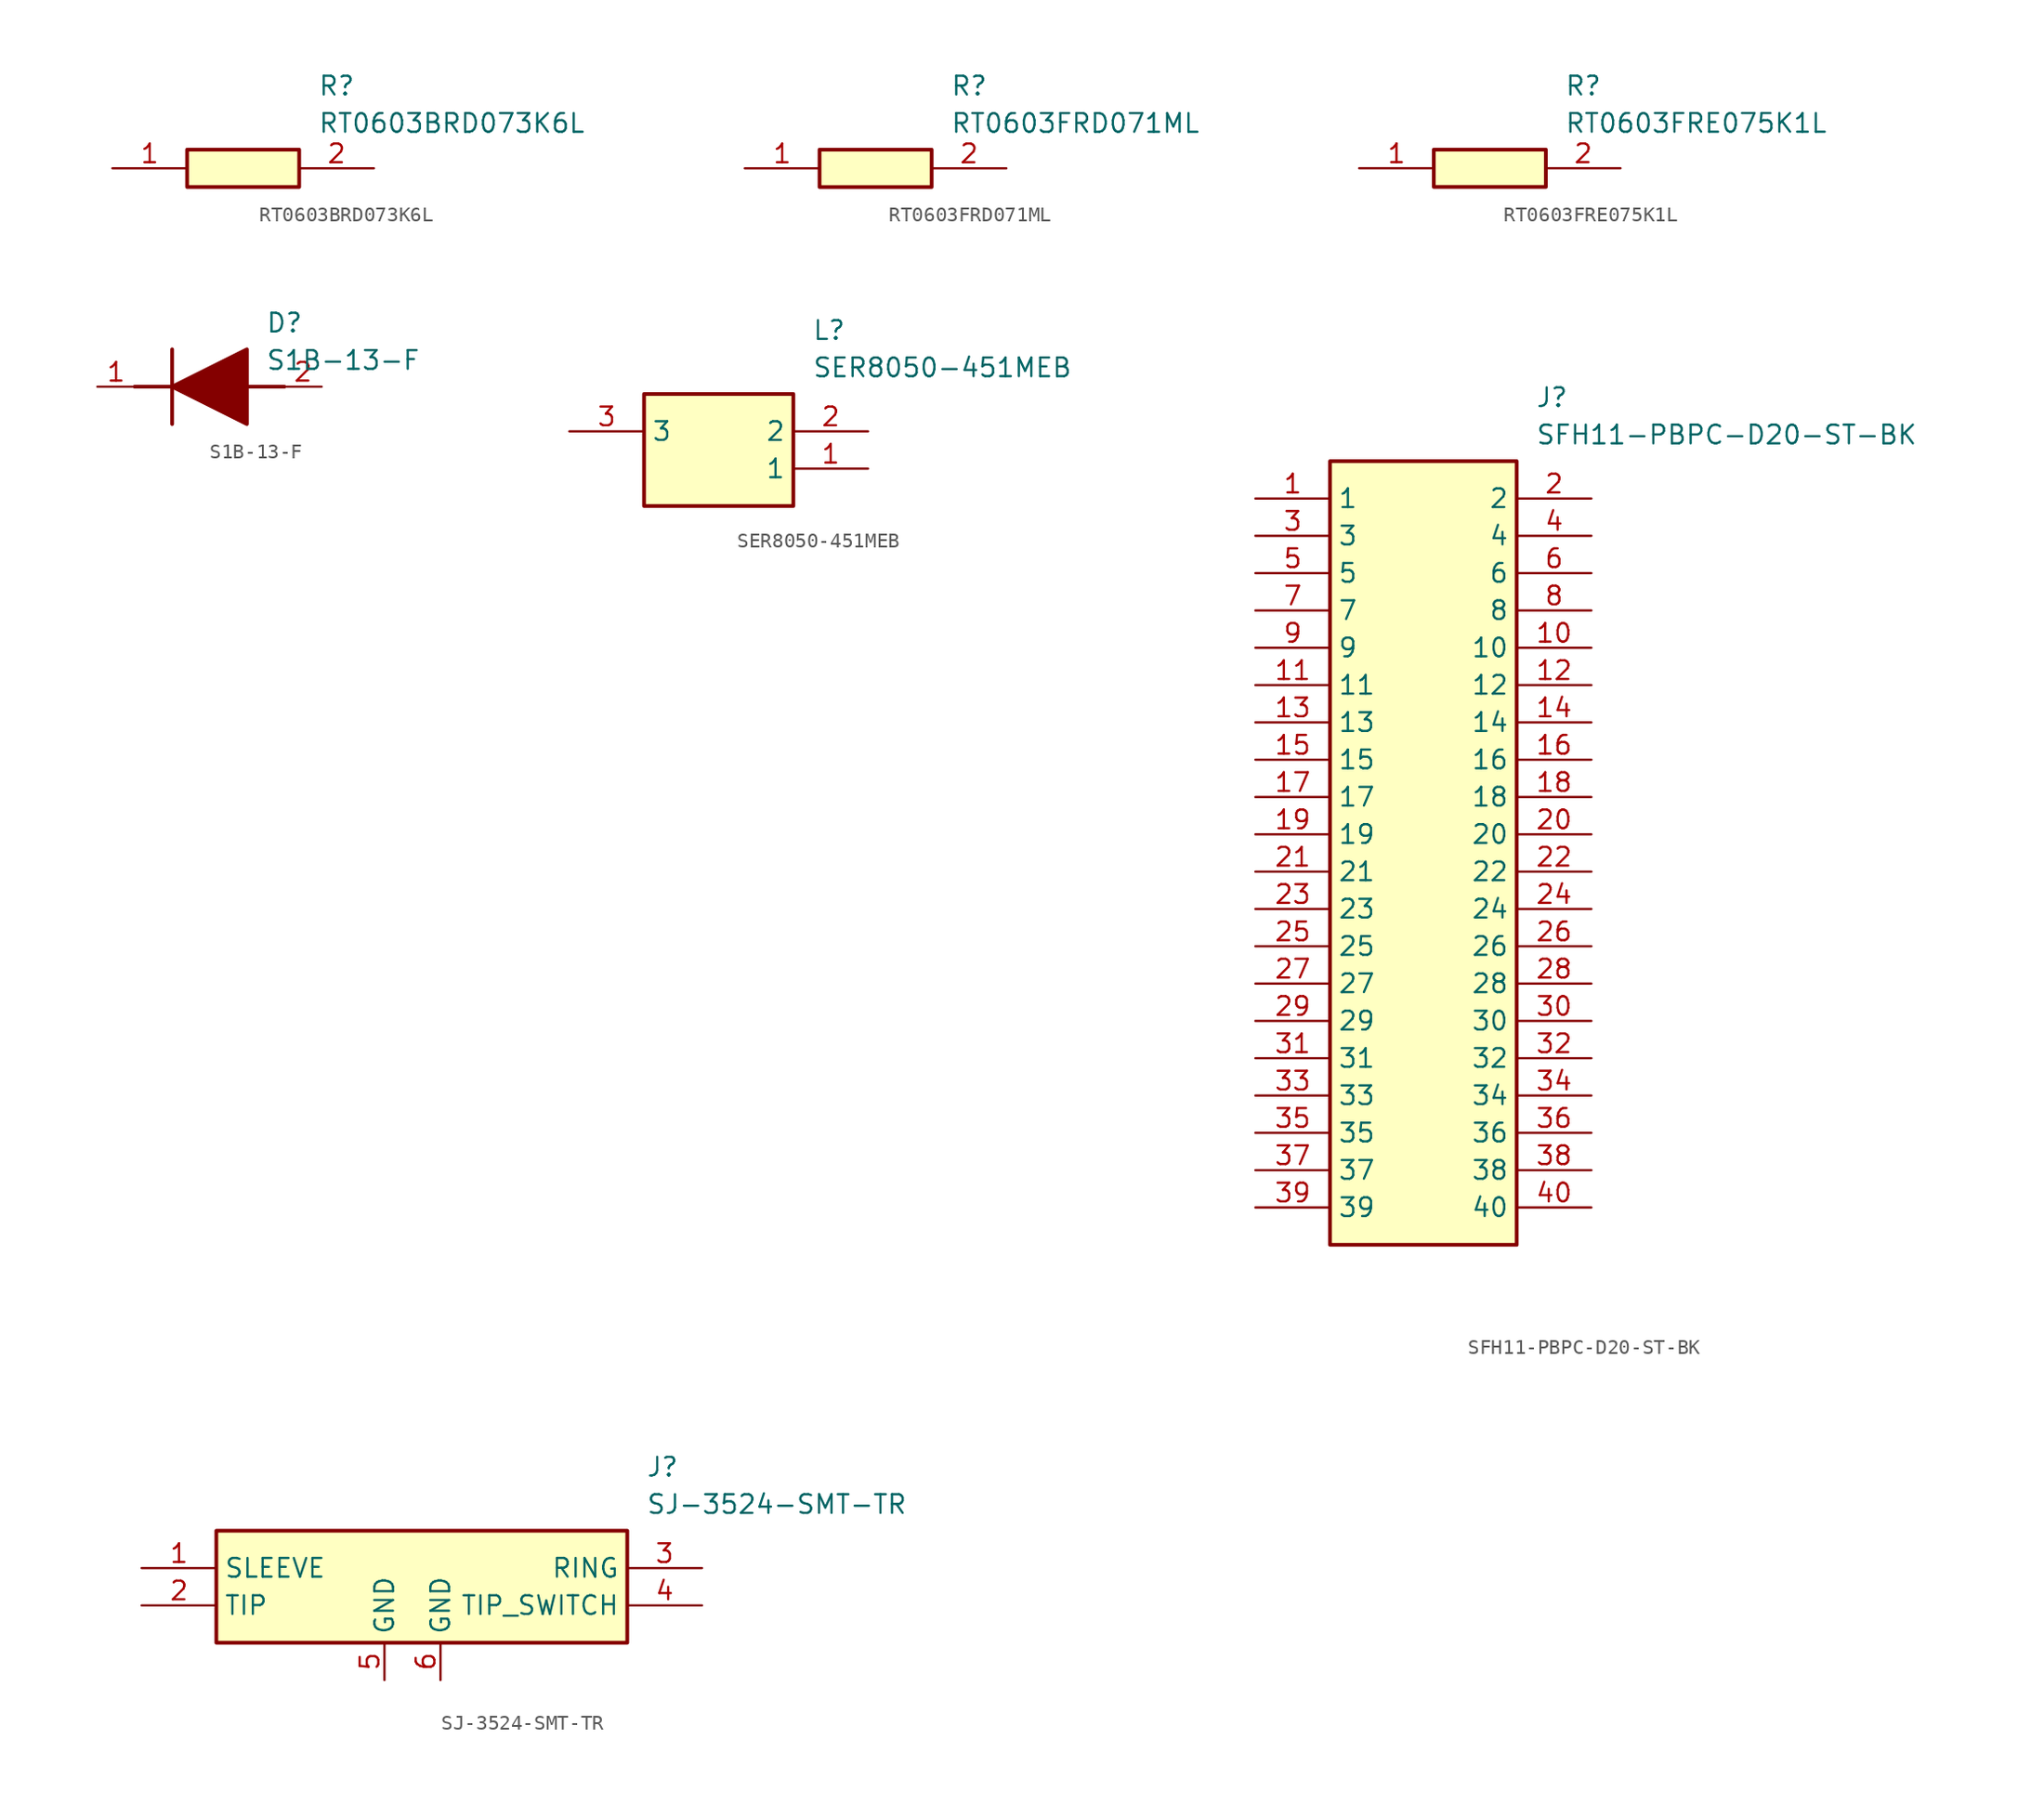
<source format=kicad_sym>
(kicad_symbol_lib
  (version 20231120)
  (generator "kicad_symbol_editor")
  (generator_version "8.0")
  (symbol "RT0603BRD073K6L"
    (pin_names hide)
    (property "Reference" "R"
      (at 13.97 6.35 0)
      (effects (font (size 1.27 1.27)) (justify left top)))
    (property "Value" "RT0603BRD073K6L"
      (at 13.97 3.81 0)
      (effects (font (size 1.27 1.27)) (justify left top)))
    (symbol "RT0603BRD073K6L_1_1"
      (rectangle (start 5.08 1.27) (end 12.7 -1.27) (stroke (width 0.254) (type default)) (fill (type background)))
      (pin passive line (at 0 0 0) (length 5.08) (name "1" (effects (font (size 1.27 1.27)))) (number "1" (effects (font (size 1.27 1.27)))))
      (pin passive line (at 17.78 0 180) (length 5.08) (name "2" (effects (font (size 1.27 1.27)))) (number "2" (effects (font (size 1.27 1.27)))))))
  (symbol "RT0603FRD071ML"
    (pin_names hide)
    (property "Reference" "R"
      (at 13.97 6.35 0)
      (effects (font (size 1.27 1.27)) (justify left top)))
    (property "Value" "RT0603FRD071ML"
      (at 13.97 3.81 0)
      (effects (font (size 1.27 1.27)) (justify left top)))
    (symbol "RT0603FRD071ML_1_1"
      (rectangle (start 5.08 1.27) (end 12.7 -1.27) (stroke (width 0.254) (type default)) (fill (type background)))
      (pin passive line (at 0 0 0) (length 5.08) (name "1" (effects (font (size 1.27 1.27)))) (number "1" (effects (font (size 1.27 1.27)))))
      (pin passive line (at 17.78 0 180) (length 5.08) (name "2" (effects (font (size 1.27 1.27)))) (number "2" (effects (font (size 1.27 1.27)))))))
  (symbol "RT0603FRE075K1L"
    (pin_names hide)
    (property "Reference" "R"
      (at 13.97 6.35 0)
      (effects (font (size 1.27 1.27)) (justify left top)))
    (property "Value" "RT0603FRE075K1L"
      (at 13.97 3.81 0)
      (effects (font (size 1.27 1.27)) (justify left top)))
    (symbol "RT0603FRE075K1L_1_1"
      (rectangle (start 5.08 1.27) (end 12.7 -1.27) (stroke (width 0.254) (type default)) (fill (type background)))
      (pin passive line (at 0 0 0) (length 5.08) (name "1" (effects (font (size 1.27 1.27)))) (number "1" (effects (font (size 1.27 1.27)))))
      (pin passive line (at 17.78 0 180) (length 5.08) (name "2" (effects (font (size 1.27 1.27)))) (number "2" (effects (font (size 1.27 1.27)))))))
  (symbol "S1B-13-F"
    (pin_names hide)
    (property "Reference" "D"
      (at 11.43 5.08 0)
      (effects (font (size 1.27 1.27)) (justify left top)))
    (property "Value" "S1B-13-F"
      (at 11.43 2.54 0)
      (effects (font (size 1.27 1.27)) (justify left top)))
    (symbol "S1B-13-F_1_1"
      (polyline (pts (xy 2.54 0) (xy 5.08 0)) (stroke (width 0.254) (type default)) (fill (type none)))
      (polyline (pts (xy 5.08 2.54) (xy 5.08 -2.54)) (stroke (width 0.254) (type default)) (fill (type none)))
      (polyline (pts (xy 10.16 0) (xy 12.7 0)) (stroke (width 0.254) (type default)) (fill (type none)))
      (polyline (pts (xy 5.08 0) (xy 10.16 2.54) (xy 10.16 -2.54) (xy 5.08 0)) (stroke (width 0.254) (type default)) (fill (type outline)))
      (pin passive line (at 0 0 0) (length 2.54) (name "K" (effects (font (size 1.27 1.27)))) (number "1" (effects (font (size 1.27 1.27)))))
      (pin passive line (at 15.24 0 180) (length 2.54) (name "A" (effects (font (size 1.27 1.27)))) (number "2" (effects (font (size 1.27 1.27)))))))
  (symbol "SER8050-451MEB"
    (property "Reference" "L"
      (at 16.51 7.62 0)
      (effects (font (size 1.27 1.27)) (justify left top)))
    (property "Value" "SER8050-451MEB"
      (at 16.51 5.08 0)
      (effects (font (size 1.27 1.27)) (justify left top)))
    (symbol "SER8050-451MEB_1_1"
      (rectangle (start 5.08 2.54) (end 15.24 -5.08) (stroke (width 0.254) (type default)) (fill (type background)))
      (pin passive line (at 20.32 -2.54 180) (length 5.08) (name "1" (effects (font (size 1.27 1.27)))) (number "1" (effects (font (size 1.27 1.27)))))
      (pin passive line (at 20.32 0 180) (length 5.08) (name "2" (effects (font (size 1.27 1.27)))) (number "2" (effects (font (size 1.27 1.27)))))
      (pin passive line (at 0 0 0) (length 5.08) (name "3" (effects (font (size 1.27 1.27)))) (number "3" (effects (font (size 1.27 1.27)))))))
  (symbol "SFH11-PBPC-D20-ST-BK"
    (property "Reference" "J"
      (at 19.05 7.62 0)
      (effects (font (size 1.27 1.27)) (justify left top)))
    (property "Value" "SFH11-PBPC-D20-ST-BK"
      (at 19.05 5.08 0)
      (effects (font (size 1.27 1.27)) (justify left top)))
    (symbol "SFH11-PBPC-D20-ST-BK_1_1"
      (rectangle (start 5.08 2.54) (end 17.78 -50.8) (stroke (width 0.254) (type default)) (fill (type background)))
      (pin passive line (at 0 0 0) (length 5.08) (name "1" (effects (font (size 1.27 1.27)))) (number "1" (effects (font (size 1.27 1.27)))))
      (pin passive line (at 22.86 -10.16 180) (length 5.08) (name "10" (effects (font (size 1.27 1.27)))) (number "10" (effects (font (size 1.27 1.27)))))
      (pin passive line (at 0 -12.7 0) (length 5.08) (name "11" (effects (font (size 1.27 1.27)))) (number "11" (effects (font (size 1.27 1.27)))))
      (pin passive line (at 22.86 -12.7 180) (length 5.08) (name "12" (effects (font (size 1.27 1.27)))) (number "12" (effects (font (size 1.27 1.27)))))
      (pin passive line (at 0 -15.24 0) (length 5.08) (name "13" (effects (font (size 1.27 1.27)))) (number "13" (effects (font (size 1.27 1.27)))))
      (pin passive line (at 22.86 -15.24 180) (length 5.08) (name "14" (effects (font (size 1.27 1.27)))) (number "14" (effects (font (size 1.27 1.27)))))
      (pin passive line (at 0 -17.78 0) (length 5.08) (name "15" (effects (font (size 1.27 1.27)))) (number "15" (effects (font (size 1.27 1.27)))))
      (pin passive line (at 22.86 -17.78 180) (length 5.08) (name "16" (effects (font (size 1.27 1.27)))) (number "16" (effects (font (size 1.27 1.27)))))
      (pin passive line (at 0 -20.32 0) (length 5.08) (name "17" (effects (font (size 1.27 1.27)))) (number "17" (effects (font (size 1.27 1.27)))))
      (pin passive line (at 22.86 -20.32 180) (length 5.08) (name "18" (effects (font (size 1.27 1.27)))) (number "18" (effects (font (size 1.27 1.27)))))
      (pin passive line (at 0 -22.86 0) (length 5.08) (name "19" (effects (font (size 1.27 1.27)))) (number "19" (effects (font (size 1.27 1.27)))))
      (pin passive line (at 22.86 0 180) (length 5.08) (name "2" (effects (font (size 1.27 1.27)))) (number "2" (effects (font (size 1.27 1.27)))))
      (pin passive line (at 22.86 -22.86 180) (length 5.08) (name "20" (effects (font (size 1.27 1.27)))) (number "20" (effects (font (size 1.27 1.27)))))
      (pin passive line (at 0 -25.4 0) (length 5.08) (name "21" (effects (font (size 1.27 1.27)))) (number "21" (effects (font (size 1.27 1.27)))))
      (pin passive line (at 22.86 -25.4 180) (length 5.08) (name "22" (effects (font (size 1.27 1.27)))) (number "22" (effects (font (size 1.27 1.27)))))
      (pin passive line (at 0 -27.94 0) (length 5.08) (name "23" (effects (font (size 1.27 1.27)))) (number "23" (effects (font (size 1.27 1.27)))))
      (pin passive line (at 22.86 -27.94 180) (length 5.08) (name "24" (effects (font (size 1.27 1.27)))) (number "24" (effects (font (size 1.27 1.27)))))
      (pin passive line (at 0 -30.48 0) (length 5.08) (name "25" (effects (font (size 1.27 1.27)))) (number "25" (effects (font (size 1.27 1.27)))))
      (pin passive line (at 22.86 -30.48 180) (length 5.08) (name "26" (effects (font (size 1.27 1.27)))) (number "26" (effects (font (size 1.27 1.27)))))
      (pin passive line (at 0 -33.02 0) (length 5.08) (name "27" (effects (font (size 1.27 1.27)))) (number "27" (effects (font (size 1.27 1.27)))))
      (pin passive line (at 22.86 -33.02 180) (length 5.08) (name "28" (effects (font (size 1.27 1.27)))) (number "28" (effects (font (size 1.27 1.27)))))
      (pin passive line (at 0 -35.56 0) (length 5.08) (name "29" (effects (font (size 1.27 1.27)))) (number "29" (effects (font (size 1.27 1.27)))))
      (pin passive line (at 0 -2.54 0) (length 5.08) (name "3" (effects (font (size 1.27 1.27)))) (number "3" (effects (font (size 1.27 1.27)))))
      (pin passive line (at 22.86 -35.56 180) (length 5.08) (name "30" (effects (font (size 1.27 1.27)))) (number "30" (effects (font (size 1.27 1.27)))))
      (pin passive line (at 0 -38.1 0) (length 5.08) (name "31" (effects (font (size 1.27 1.27)))) (number "31" (effects (font (size 1.27 1.27)))))
      (pin passive line (at 22.86 -38.1 180) (length 5.08) (name "32" (effects (font (size 1.27 1.27)))) (number "32" (effects (font (size 1.27 1.27)))))
      (pin passive line (at 0 -40.64 0) (length 5.08) (name "33" (effects (font (size 1.27 1.27)))) (number "33" (effects (font (size 1.27 1.27)))))
      (pin passive line (at 22.86 -40.64 180) (length 5.08) (name "34" (effects (font (size 1.27 1.27)))) (number "34" (effects (font (size 1.27 1.27)))))
      (pin passive line (at 0 -43.18 0) (length 5.08) (name "35" (effects (font (size 1.27 1.27)))) (number "35" (effects (font (size 1.27 1.27)))))
      (pin passive line (at 22.86 -43.18 180) (length 5.08) (name "36" (effects (font (size 1.27 1.27)))) (number "36" (effects (font (size 1.27 1.27)))))
      (pin passive line (at 0 -45.72 0) (length 5.08) (name "37" (effects (font (size 1.27 1.27)))) (number "37" (effects (font (size 1.27 1.27)))))
      (pin passive line (at 22.86 -45.72 180) (length 5.08) (name "38" (effects (font (size 1.27 1.27)))) (number "38" (effects (font (size 1.27 1.27)))))
      (pin passive line (at 0 -48.26 0) (length 5.08) (name "39" (effects (font (size 1.27 1.27)))) (number "39" (effects (font (size 1.27 1.27)))))
      (pin passive line (at 22.86 -2.54 180) (length 5.08) (name "4" (effects (font (size 1.27 1.27)))) (number "4" (effects (font (size 1.27 1.27)))))
      (pin passive line (at 22.86 -48.26 180) (length 5.08) (name "40" (effects (font (size 1.27 1.27)))) (number "40" (effects (font (size 1.27 1.27)))))
      (pin passive line (at 0 -5.08 0) (length 5.08) (name "5" (effects (font (size 1.27 1.27)))) (number "5" (effects (font (size 1.27 1.27)))))
      (pin passive line (at 22.86 -5.08 180) (length 5.08) (name "6" (effects (font (size 1.27 1.27)))) (number "6" (effects (font (size 1.27 1.27)))))
      (pin passive line (at 0 -7.62 0) (length 5.08) (name "7" (effects (font (size 1.27 1.27)))) (number "7" (effects (font (size 1.27 1.27)))))
      (pin passive line (at 22.86 -7.62 180) (length 5.08) (name "8" (effects (font (size 1.27 1.27)))) (number "8" (effects (font (size 1.27 1.27)))))
      (pin passive line (at 0 -10.16 0) (length 5.08) (name "9" (effects (font (size 1.27 1.27)))) (number "9" (effects (font (size 1.27 1.27)))))))
  (symbol "SJ-3524-SMT-TR"
    (property "Reference" "J"
      (at 34.29 7.62 0)
      (effects (font (size 1.27 1.27)) (justify left top)))
    (property "Value" "SJ-3524-SMT-TR"
      (at 34.29 5.08 0)
      (effects (font (size 1.27 1.27)) (justify left top)))
    (symbol "SJ-3524-SMT-TR_1_1"
      (rectangle (start 5.08 2.54) (end 33.02 -5.08) (stroke (width 0.254) (type default)) (fill (type background)))
      (pin passive line (at 0 0 0) (length 5.08) (name "SLEEVE" (effects (font (size 1.27 1.27)))) (number "1" (effects (font (size 1.27 1.27)))))
      (pin passive line (at 0 -2.54 0) (length 5.08) (name "TIP" (effects (font (size 1.27 1.27)))) (number "2" (effects (font (size 1.27 1.27)))))
      (pin passive line (at 38.1 0 180) (length 5.08) (name "RING" (effects (font (size 1.27 1.27)))) (number "3" (effects (font (size 1.27 1.27)))))
      (pin passive line (at 38.1 -2.54 180) (length 5.08) (name "TIP_SWITCH" (effects (font (size 1.27 1.27)))) (number "4" (effects (font (size 1.27 1.27)))))
      (pin input line (at 16.51 -7.62 90) (length 2.54) (name "GND" (effects (font (size 1.27 1.27)))) (number "5" (effects (font (size 1.27 1.27)))))
      (pin input line (at 20.32 -7.62 90) (length 2.54) (name "GND" (effects (font (size 1.27 1.27)))) (number "6" (effects (font (size 1.27 1.27))))))))
</source>
